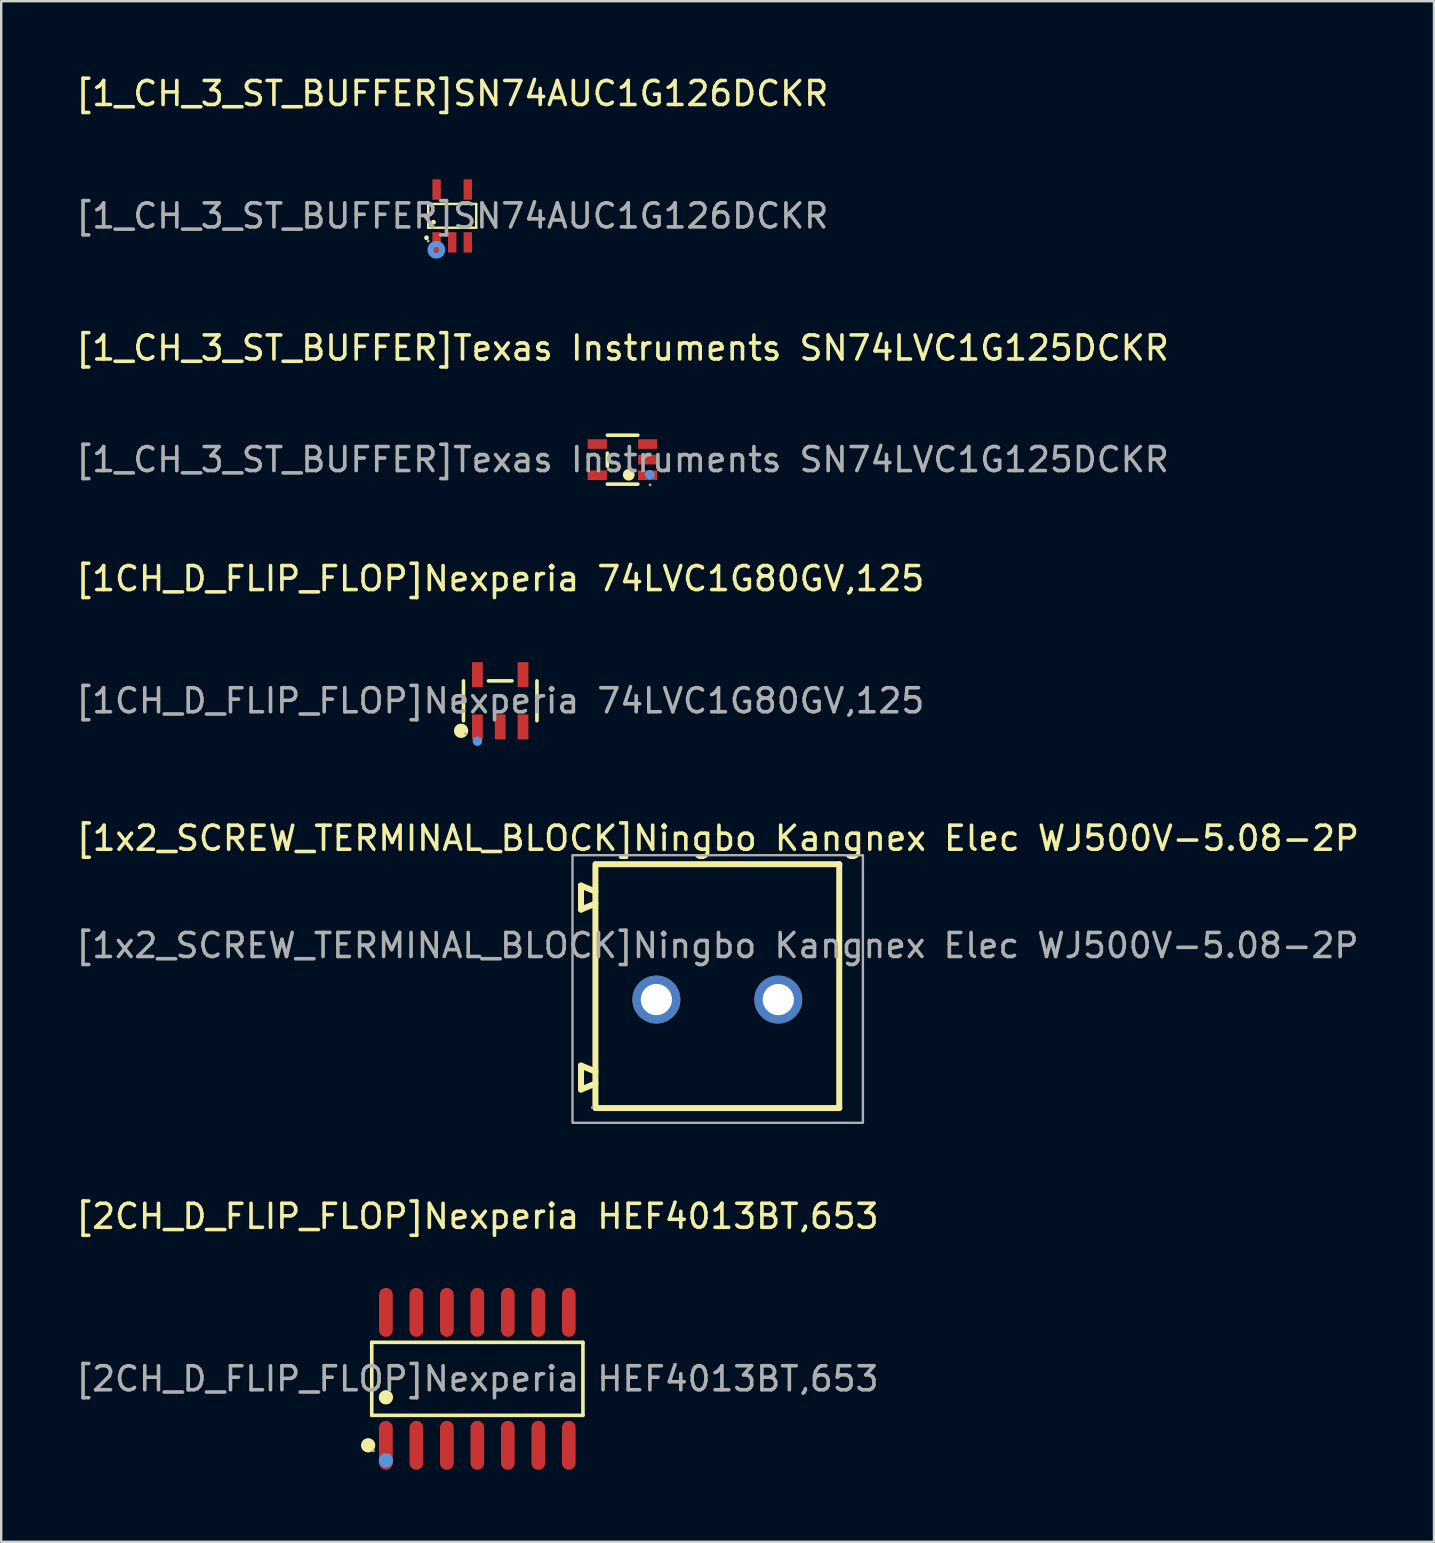
<source format=kicad_pcb>
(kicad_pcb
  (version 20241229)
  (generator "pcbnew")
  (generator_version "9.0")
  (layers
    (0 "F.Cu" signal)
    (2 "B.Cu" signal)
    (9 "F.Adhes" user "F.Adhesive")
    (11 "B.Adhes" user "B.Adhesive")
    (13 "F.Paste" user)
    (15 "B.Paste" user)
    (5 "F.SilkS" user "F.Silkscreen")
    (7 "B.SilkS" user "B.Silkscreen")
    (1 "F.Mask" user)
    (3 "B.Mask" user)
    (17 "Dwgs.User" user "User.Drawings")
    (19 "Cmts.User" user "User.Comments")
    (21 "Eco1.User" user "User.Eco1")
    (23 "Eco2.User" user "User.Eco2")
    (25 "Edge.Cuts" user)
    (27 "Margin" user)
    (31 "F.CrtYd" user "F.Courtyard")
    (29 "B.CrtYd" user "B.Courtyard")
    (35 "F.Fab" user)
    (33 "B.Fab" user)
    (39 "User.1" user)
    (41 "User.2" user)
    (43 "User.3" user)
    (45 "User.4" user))
  (footprint "[1_CH_3_ST_BUFFER]SN74AUC1G126DCKR"
    (layer "F.Cu")
    (at 15.792 5.948)
    (property "Reference" "[1_CH_3_ST_BUFFER]SN74AUC1G126DCKR" (at 0 -5.1 0) (layer "F.SilkS") (effects (font (size 1 1) (thickness 0.15))))
    (attr smd)
    (fp_line (start -1 -0.5) (end -1 0.49) (stroke (width 0.1) (type solid)) (layer "F.SilkS"))
    (fp_line (start -1 0.49) (end 1 0.49) (stroke (width 0.1) (type solid)) (layer "F.SilkS"))
    (fp_line (start 0.99 -0.5) (end -1 -0.5) (stroke (width 0.1) (type solid)) (layer "F.SilkS"))
    (fp_line (start 1 -0.49) (end 0.99 -0.5) (stroke (width 0.1) (type solid)) (layer "F.SilkS"))
    (fp_line (start 1 0.49) (end 1 -0.49) (stroke (width 0.1) (type solid)) (layer "F.SilkS"))
    (fp_circle (center -1.07 0.91) (end -1.02 0.91) (stroke (width 0.1) (type solid)) (fill no) (layer "F.SilkS"))
    (fp_circle (center -0.78 0.26) (end -0.73 0.26) (stroke (width 0.1) (type solid)) (fill no) (layer "F.SilkS"))
    (fp_circle (center -0.66 1.41) (end -0.54 1.41) (stroke (width 0.25) (type solid)) (fill no) (layer "Cmts.User"))
    (fp_circle (center -1 1.05) (end -0.97 1.05) (stroke (width 0.06) (type solid)) (fill no) (layer "F.Fab"))
    (fp_text user "${REFERENCE}" (at 0 0 0) (layer "F.Fab") (effects (font (size 1 1) (thickness 0.15))))
    (pad "1" smd rect (at -0.65 1.1) (size 0.35 0.85) (layers "F.Cu" "F.Mask" "F.Paste"))
    (pad "2" smd rect (at 0 1.1) (size 0.35 0.85) (layers "F.Cu" "F.Mask" "F.Paste"))
    (pad "3" smd rect (at 0.65 1.1) (size 0.35 0.85) (layers "F.Cu" "F.Mask" "F.Paste"))
    (pad "4" smd rect (at 0.65 -1.1) (size 0.35 0.85) (layers "F.Cu" "F.Mask" "F.Paste"))
    (pad "5" smd rect (at -0.65 -1.1) (size 0.35 0.85) (layers "F.Cu" "F.Mask" "F.Paste")))
  (footprint "[2CH_D_FLIP_FLOP]Nexperia HEF4013BT,653"
    (layer "F.Cu")
    (at 16.839 54.401)
    (property "Reference" "[2CH_D_FLIP_FLOP]Nexperia HEF4013BT,653" (at 0 -6.77 0) (layer "F.SilkS") (effects (font (size 1 1) (thickness 0.15))))
    (attr smd)
    (fp_line (start -4.4 -1.52) (end 4.4 -1.52) (stroke (width 0.15) (type solid)) (layer "F.SilkS"))
    (fp_line (start -4.4 1.52) (end -4.4 -1.52) (stroke (width 0.15) (type solid)) (layer "F.SilkS"))
    (fp_line (start 4.4 -1.52) (end 4.4 1.52) (stroke (width 0.15) (type solid)) (layer "F.SilkS"))
    (fp_line (start 4.4 1.52) (end -4.4 1.52) (stroke (width 0.15) (type solid)) (layer "F.SilkS"))
    (fp_circle (center -4.55 2.77) (end -4.4 2.77) (stroke (width 0.3) (type solid)) (fill no) (layer "F.SilkS"))
    (fp_circle (center -3.81 0.77) (end -3.66 0.77) (stroke (width 0.3) (type solid)) (fill no) (layer "F.SilkS"))
    (fp_circle (center -3.81 3.4) (end -3.66 3.4) (stroke (width 0.3) (type solid)) (fill no) (layer "Cmts.User"))
    (fp_circle (center -4.33 3) (end -4.3 3) (stroke (width 0.06) (type solid)) (fill no) (layer "F.Fab"))
    (fp_text user "${REFERENCE}" (at 0 0 0) (layer "F.Fab") (effects (font (size 1 1) (thickness 0.15))))
    (pad "1" smd oval (at -3.81 2.77) (size 0.57 2.04) (layers "F.Cu" "F.Mask" "F.Paste"))
    (pad "2" smd oval (at -2.54 2.77) (size 0.57 2.04) (layers "F.Cu" "F.Mask" "F.Paste"))
    (pad "3" smd oval (at -1.27 2.77) (size 0.57 2.04) (layers "F.Cu" "F.Mask" "F.Paste"))
    (pad "4" smd oval (at 0 2.77) (size 0.57 2.04) (layers "F.Cu" "F.Mask" "F.Paste"))
    (pad "5" smd oval (at 1.27 2.77) (size 0.57 2.04) (layers "F.Cu" "F.Mask" "F.Paste"))
    (pad "6" smd oval (at 2.54 2.77) (size 0.57 2.04) (layers "F.Cu" "F.Mask" "F.Paste"))
    (pad "7" smd oval (at 3.81 2.77) (size 0.57 2.04) (layers "F.Cu" "F.Mask" "F.Paste"))
    (pad "8" smd oval (at 3.81 -2.77) (size 0.57 2.04) (layers "F.Cu" "F.Mask" "F.Paste"))
    (pad "9" smd oval (at 2.54 -2.77) (size 0.57 2.04) (layers "F.Cu" "F.Mask" "F.Paste"))
    (pad "10" smd oval (at 1.27 -2.77) (size 0.57 2.04) (layers "F.Cu" "F.Mask" "F.Paste"))
    (pad "11" smd oval (at 0 -2.77) (size 0.57 2.04) (layers "F.Cu" "F.Mask" "F.Paste"))
    (pad "12" smd oval (at -1.27 -2.77) (size 0.57 2.04) (layers "F.Cu" "F.Mask" "F.Paste"))
    (pad "13" smd oval (at -2.54 -2.77) (size 0.57 2.04) (layers "F.Cu" "F.Mask" "F.Paste"))
    (pad "14" smd oval (at -3.81 -2.77) (size 0.57 2.04) (layers "F.Cu" "F.Mask" "F.Paste")))
  (footprint "[1CH_D_FLIP_FLOP]Nexperia 74LVC1G80GV,125"
    (layer "F.Cu")
    (at 17.792 26.15)
    (property "Reference" "[1CH_D_FLIP_FLOP]Nexperia 74LVC1G80GV,125" (at 0 -5.09 0) (layer "F.SilkS") (effects (font (size 1 1) (thickness 0.15))))
    (attr smd)
    (fp_line (start -1.53 0.83) (end -1.53 -0.83) (stroke (width 0.15) (type solid)) (layer "F.SilkS"))
    (fp_line (start 0.49 -0.83) (end -0.49 -0.83) (stroke (width 0.15) (type solid)) (layer "F.SilkS"))
    (fp_line (start 1.53 0.83) (end 1.53 -0.83) (stroke (width 0.15) (type solid)) (layer "F.SilkS"))
    (fp_circle (center -1.63 1.25) (end -1.48 1.25) (stroke (width 0.3) (type solid)) (fill no) (layer "F.SilkS"))
    (fp_circle (center -0.95 1.68) (end -0.85 1.68) (stroke (width 0.2) (type solid)) (fill no) (layer "Cmts.User"))
    (fp_circle (center -1.45 1.37) (end -1.42 1.37) (stroke (width 0.06) (type solid)) (fill no) (layer "F.Fab"))
    (fp_text user "${REFERENCE}" (at 0 0 0) (layer "F.Fab") (effects (font (size 1 1) (thickness 0.15))))
    (pad "1" smd rect (at -0.95 1.09) (size 0.45 1.04) (layers "F.Cu" "F.Mask" "F.Paste"))
    (pad "2" smd rect (at 0 1.09) (size 0.45 1.04) (layers "F.Cu" "F.Mask" "F.Paste"))
    (pad "3" smd rect (at 0.95 1.09) (size 0.45 1.04) (layers "F.Cu" "F.Mask" "F.Paste"))
    (pad "4" smd rect (at 0.95 -1.09) (size 0.45 1.04) (layers "F.Cu" "F.Mask" "F.Paste"))
    (pad "5" smd rect (at -0.95 -1.09) (size 0.45 1.04) (layers "F.Cu" "F.Mask" "F.Paste")))
  (footprint "[1_CH_3_ST_BUFFER]Texas Instruments SN74LVC1G125DCKR"
    (layer "F.Cu")
    (at 22.887 16.102)
    (property "Reference" "[1_CH_3_ST_BUFFER]Texas Instruments SN74LVC1G125DCKR" (at 0 -4.65 0) (layer "F.SilkS") (effects (font (size 1 1) (thickness 0.15))))
    (attr smd)
    (fp_line (start -0.63 -1.02) (end 0.64 -1.02) (stroke (width 0.15) (type solid)) (layer "F.SilkS"))
    (fp_line (start -0.63 0.27) (end -0.63 -0.27) (stroke (width 0.15) (type solid)) (layer "F.SilkS"))
    (fp_line (start 0.64 1.02) (end -0.63 1.02) (stroke (width 0.15) (type solid)) (layer "F.SilkS"))
    (fp_arc (start 0.38 0.64) (mid 0.139687 0.625013) (end 0.380416 0.629966) (stroke (width 0.25) (type solid)) (layer "F.SilkS"))
    (fp_circle (center 1.14 0.63) (end 1.24 0.63) (stroke (width 0.2) (type solid)) (fill no) (layer "Cmts.User"))
    (fp_circle (center 1.15 1.05) (end 1.18 1.05) (stroke (width 0.06) (type solid)) (fill no) (layer "F.Fab"))
    (fp_text user "${REFERENCE}" (at 0 0 0) (layer "F.Fab") (effects (font (size 1 1) (thickness 0.15))))
    (pad "1" smd rect (at 1.05 0.65 270) (size 0.4 0.8) (layers "F.Cu" "F.Mask" "F.Paste"))
    (pad "2" smd rect (at 1.05 0 270) (size 0.4 0.8) (layers "F.Cu" "F.Mask" "F.Paste"))
    (pad "3" smd rect (at 1.05 -0.65 270) (size 0.4 0.8) (layers "F.Cu" "F.Mask" "F.Paste"))
    (pad "4" smd rect (at -1.05 -0.65 270) (size 0.4 0.8) (layers "F.Cu" "F.Mask" "F.Paste"))
    (pad "5" smd rect (at -1.05 0.65 270) (size 0.4 0.8) (layers "F.Cu" "F.Mask" "F.Paste")))
  (footprint "[1x2_SCREW_TERMINAL_BLOCK]Ningbo Kangnex Elec WJ500V-5.08-2P"
    (layer "F.Cu")
    (at 26.839 38.598)
    (property "Reference" "[1x2_SCREW_TERMINAL_BLOCK]Ningbo Kangnex Elec WJ500V-5.08-2P" (at 0.02 -6.72 0) (layer "F.SilkS") (effects (font (size 1 1) (thickness 0.15))))
    (attr through_hole)
    (fp_line (start -5.68 -4.75) (end -5.68 -3.75) (stroke (width 0.25) (type solid)) (layer "F.SilkS"))
    (fp_line (start -5.68 -3.75) (end -5.08 -4) (stroke (width 0.25) (type solid)) (layer "F.SilkS"))
    (fp_line (start -5.68 2.75) (end -5.68 3.75) (stroke (width 0.25) (type solid)) (layer "F.SilkS"))
    (fp_line (start -5.68 3.75) (end -5.08 3.5) (stroke (width 0.25) (type solid)) (layer "F.SilkS"))
    (fp_line (start -5.08 -4.5) (end -5.68 -4.75) (stroke (width 0.25) (type solid)) (layer "F.SilkS"))
    (fp_line (start -5.08 3) (end -5.68 2.75) (stroke (width 0.25) (type solid)) (layer "F.SilkS"))
    (fp_line (start -5.08 4.52) (end -5.08 -5.64) (stroke (width 0.25) (type solid)) (layer "F.SilkS"))
    (fp_line (start 5.08 -5.64) (end -5.05 -5.64) (stroke (width 0.25) (type solid)) (layer "F.SilkS"))
    (fp_line (start 5.08 4.52) (end -5.05 4.52) (stroke (width 0.25) (type solid)) (layer "F.SilkS"))
    (fp_line (start 5.08 4.52) (end 5.08 -5.64) (stroke (width 0.25) (type solid)) (layer "F.SilkS"))
    (fp_rect (start -6.035 -6.015) (end 6.065 5.135) (stroke (width 0.1) (type default)) (fill no) (layer "F.Fab"))
    (fp_circle (center -5.21 4.5) (end -5.18 4.5) (stroke (width 0.06) (type solid)) (fill no) (layer "F.Fab"))
    (fp_circle (center -2.54 0) (end -2.26 0) (stroke (width 0.55) (type solid)) (fill no) (layer "F.Fab"))
    (fp_circle (center 2.54 0) (end 2.82 0) (stroke (width 0.55) (type solid)) (fill no) (layer "F.Fab"))
    (fp_text user "${REFERENCE}" (at 0 -2.25 0) (layer "F.Fab") (effects (font (size 1 1) (thickness 0.15))))
    (pad "1" thru_hole circle (at -2.54 0 180) (size 2 2) (drill 1.3) (layers "*.Cu" "*.Mask"))
    (pad "2" thru_hole circle (at 2.54 0 180) (size 2 2) (drill 1.3) (layers "*.Cu" "*.Mask")))
  (gr_rect
    (start -3 -3)
    (end 56.699 61.191)
    (stroke (width 0.1) (type default))
    (fill no)
    (layer "Edge.Cuts")))
</source>
